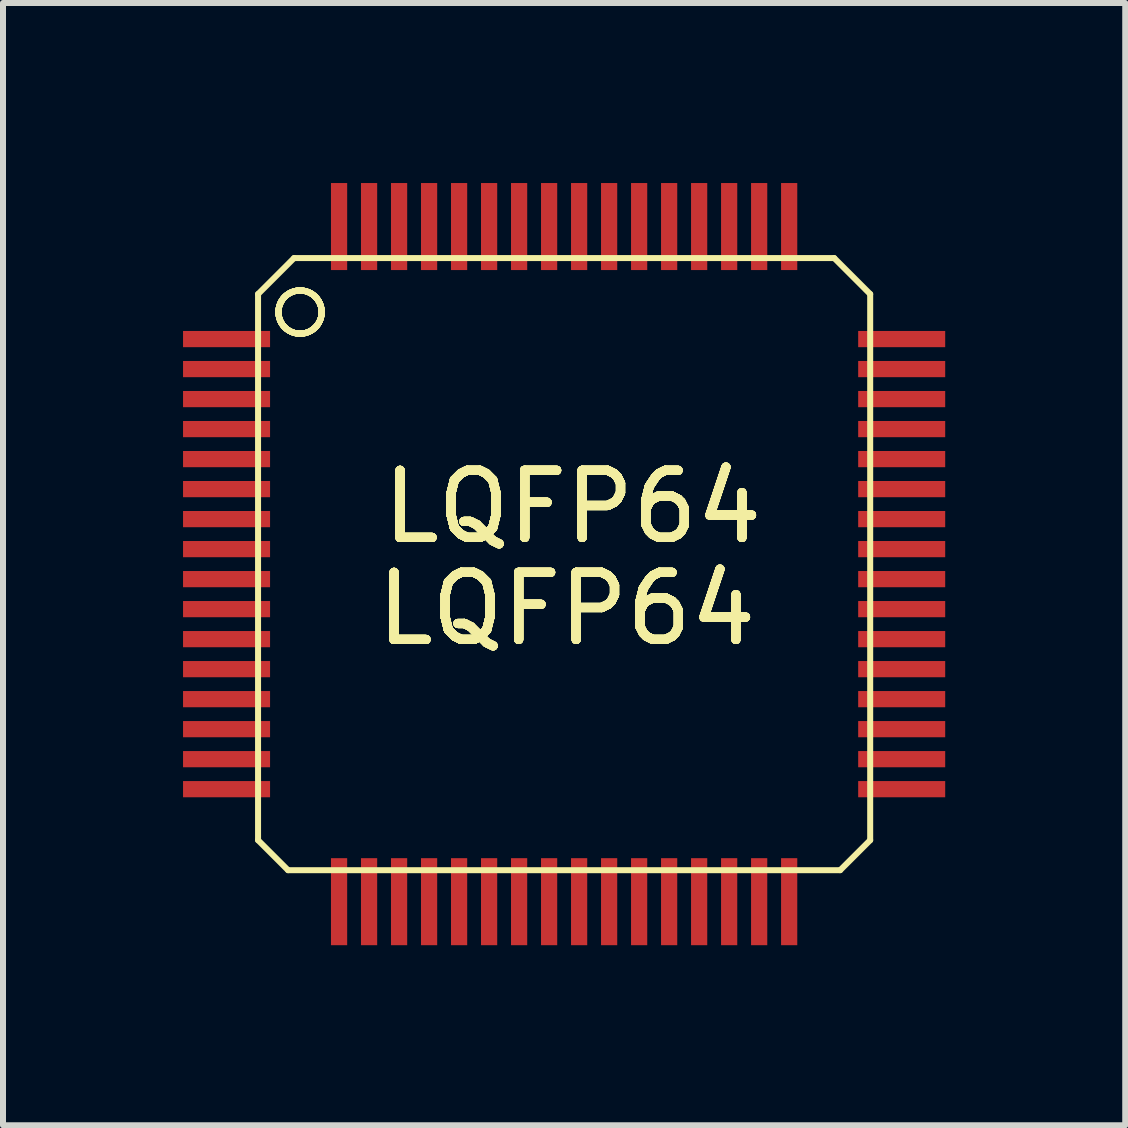
<source format=kicad_pcb>
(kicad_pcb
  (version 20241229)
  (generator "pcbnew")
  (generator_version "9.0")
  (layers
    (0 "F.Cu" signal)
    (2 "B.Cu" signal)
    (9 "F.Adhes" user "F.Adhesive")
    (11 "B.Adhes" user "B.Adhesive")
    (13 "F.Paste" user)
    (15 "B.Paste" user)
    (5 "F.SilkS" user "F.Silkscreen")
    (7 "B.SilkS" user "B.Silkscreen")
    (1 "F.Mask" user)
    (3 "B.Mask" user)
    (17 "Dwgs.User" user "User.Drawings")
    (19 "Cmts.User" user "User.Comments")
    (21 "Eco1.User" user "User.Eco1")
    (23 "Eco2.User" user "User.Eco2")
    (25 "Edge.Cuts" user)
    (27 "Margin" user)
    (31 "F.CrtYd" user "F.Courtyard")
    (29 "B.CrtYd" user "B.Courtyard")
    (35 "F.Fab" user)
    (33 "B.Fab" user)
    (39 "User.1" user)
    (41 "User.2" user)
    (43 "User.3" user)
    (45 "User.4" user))
  (footprint "LQFP64"
    (layer "F.Cu")
    (at 6.35 6.35)
    (property "Reference" "LQFP64" (at -3.1 -0.3 0) (layer "F.SilkS") (effects (font (size 1.118 1.118) (thickness 0.152)) (justify left bottom)))
    (property "Value" "LQFP64" (at -3.2 1.4 0) (layer "F.SilkS") (hide yes) (effects (font (size 1.118 1.118) (thickness 0.152)) (justify left bottom)))
    (fp_line (start -5.1 -4.5) (end -4.5 -5.1) (stroke (width 0.1) (type solid)) (layer "F.SilkS"))
    (fp_line (start -5.1 4.6) (end -5.1 -4.5) (stroke (width 0.1) (type solid)) (layer "F.SilkS"))
    (fp_line (start -4.6 5.1) (end -5.1 4.6) (stroke (width 0.1) (type solid)) (layer "F.SilkS"))
    (fp_line (start -4.5 -5.1) (end 4.5 -5.1) (stroke (width 0.1) (type solid)) (layer "F.SilkS"))
    (fp_line (start 4.5 -5.1) (end 5.1 -4.5) (stroke (width 0.1) (type solid)) (layer "F.SilkS"))
    (fp_line (start 4.6 5.1) (end -4.6 5.1) (stroke (width 0.1) (type solid)) (layer "F.SilkS"))
    (fp_line (start 5.1 -4.5) (end 5.1 4.6) (stroke (width 0.1) (type solid)) (layer "F.SilkS"))
    (fp_line (start 5.1 4.6) (end 4.6 5.1) (stroke (width 0.1) (type solid)) (layer "F.SilkS"))
    (fp_circle (center -4.4 -4.2) (end -4.04 -4.2) (stroke (width 0.1) (type solid)) (fill no) (layer "F.SilkS"))
    (fp_circle (center -4.4 -4.2) (end -4.04 -4.2) (stroke (width 0.1) (type solid)) (fill no) (layer "F.SilkS"))
    (fp_circle (center -4.4 -4.2) (end -4.04 -4.2) (stroke (width 0.1) (type solid)) (fill no) (layer "F.SilkS"))
    (fp_circle (center -4.4 -4.2) (end -4.04 -4.2) (stroke (width 0.1) (type solid)) (fill no) (layer "F.SilkS"))
    (fp_circle (center -4.4 -4.2) (end -4.04 -4.2) (stroke (width 0.1) (type solid)) (fill no) (layer "F.SilkS"))
    (fp_circle (center -4.4 -4.2) (end -4.04 -4.2) (stroke (width 0.1) (type solid)) (fill no) (layer "F.SilkS"))
    (fp_circle (center -4.4 -4.2) (end -4.04 -4.2) (stroke (width 0.1) (type solid)) (fill no) (layer "F.SilkS"))
    (fp_circle (center -4.4 -4.2) (end -4.04 -4.2) (stroke (width 0.1) (type solid)) (fill no) (layer "F.SilkS"))
    (fp_circle (center -4.4 -4.2) (end -4.04 -4.2) (stroke (width 0.1) (type solid)) (fill no) (layer "F.SilkS"))
    (fp_circle (center -4.4 -4.2) (end -4.04 -4.2) (stroke (width 0.1) (type solid)) (fill no) (layer "F.SilkS"))
    (fp_circle (center -4.4 -4.2) (end -4.04 -4.2) (stroke (width 0.1) (type solid)) (fill no) (layer "F.SilkS"))
    (fp_text user "${VALUE}" (at -3.2 1.4 0) (layer "F.SilkS") (effects (font (size 1.118 1.118) (thickness 0.152)) (justify left bottom)))
    (fp_text user "${VALUE}" (at -3.2 1.4 0) (layer "F.SilkS") (effects (font (size 1.118 1.118) (thickness 0.152)) (justify left bottom)))
    (fp_text user "${REFERENCE}" (at -3.1 -0.3 0) (layer "F.SilkS") (effects (font (size 1.118 1.118) (thickness 0.152)) (justify left bottom)))
    (fp_text user "${VALUE}" (at -3.2 1.4 0) (layer "F.SilkS") (effects (font (size 1.118 1.118) (thickness 0.152)) (justify left bottom)))
    (fp_text user "${VALUE}" (at -3.2 1.4 0) (layer "F.SilkS") (effects (font (size 1.118 1.118) (thickness 0.152)) (justify left bottom)))
    (fp_text user "${REFERENCE}" (at -3.1 -0.3 0) (layer "F.SilkS") (effects (font (size 1.118 1.118) (thickness 0.152)) (justify left bottom)))
    (fp_text user "${VALUE}" (at -3.2 1.4 0) (layer "F.SilkS") (effects (font (size 1.118 1.118) (thickness 0.152)) (justify left bottom)))
    (fp_text user "${VALUE}" (at -3.2 1.4 0) (layer "F.SilkS") (effects (font (size 1.118 1.118) (thickness 0.152)) (justify left bottom)))
    (fp_text user "${REFERENCE}" (at -3.1 -0.3 0) (layer "F.SilkS") (effects (font (size 1.118 1.118) (thickness 0.152)) (justify left bottom)))
    (fp_text user "${REFERENCE}" (at -3.1 -0.3 0) (layer "F.SilkS") (effects (font (size 1.118 1.118) (thickness 0.152)) (justify left bottom)))
    (fp_text user "${VALUE}" (at -3.2 1.4 0) (layer "F.SilkS") (effects (font (size 1.118 1.118) (thickness 0.152)) (justify left bottom)))
    (fp_text user "${REFERENCE}" (at -3.1 -0.3 0) (layer "F.SilkS") (effects (font (size 1.118 1.118) (thickness 0.152)) (justify left bottom)))
    (fp_text user "${REFERENCE}" (at -3.1 -0.3 0) (layer "F.SilkS") (effects (font (size 1.118 1.118) (thickness 0.152)) (justify left bottom)))
    (fp_text user "${REFERENCE}" (at -3.1 -0.3 0) (layer "F.SilkS") (effects (font (size 1.118 1.118) (thickness 0.152)) (justify left bottom)))
    (fp_text user "${REFERENCE}" (at -3.1 -0.3 0) (layer "F.SilkS") (effects (font (size 1.118 1.118) (thickness 0.152)) (justify left bottom)))
    (fp_text user "${VALUE}" (at -3.2 1.4 0) (layer "F.SilkS") (effects (font (size 1.118 1.118) (thickness 0.152)) (justify left bottom)))
    (fp_text user "${REFERENCE}" (at -3.1 -0.3 0) (layer "F.SilkS") (effects (font (size 1.118 1.118) (thickness 0.152)) (justify left bottom)))
    (fp_text user "${REFERENCE}" (at -3.1 -0.3 0) (layer "F.SilkS") (effects (font (size 1.118 1.118) (thickness 0.152)) (justify left bottom)))
    (fp_text user "${VALUE}" (at -3.2 1.4 0) (layer "F.SilkS") (effects (font (size 1.118 1.118) (thickness 0.152)) (justify left bottom)))
    (fp_text user "${VALUE}" (at -3.2 1.4 0) (layer "F.SilkS") (effects (font (size 1.118 1.118) (thickness 0.152)) (justify left bottom)))
    (pad "1" smd rect (at -5.625 -3.75 180) (size 1.45 0.27) (layers "F.Cu" "F.Mask" "F.Paste"))
    (pad "2" smd rect (at -5.625 -3.25 180) (size 1.45 0.27) (layers "F.Cu" "F.Mask" "F.Paste"))
    (pad "3" smd rect (at -5.625 -2.75 180) (size 1.45 0.27) (layers "F.Cu" "F.Mask" "F.Paste"))
    (pad "4" smd rect (at -5.625 -2.25 180) (size 1.45 0.27) (layers "F.Cu" "F.Mask" "F.Paste"))
    (pad "5" smd rect (at -5.625 -1.75 180) (size 1.45 0.27) (layers "F.Cu" "F.Mask" "F.Paste"))
    (pad "6" smd rect (at -5.625 -1.25 180) (size 1.45 0.27) (layers "F.Cu" "F.Mask" "F.Paste"))
    (pad "7" smd rect (at -5.625 -0.75 180) (size 1.45 0.27) (layers "F.Cu" "F.Mask" "F.Paste"))
    (pad "8" smd rect (at -5.625 -0.25 180) (size 1.45 0.27) (layers "F.Cu" "F.Mask" "F.Paste"))
    (pad "9" smd rect (at -5.625 0.25 180) (size 1.45 0.27) (layers "F.Cu" "F.Mask" "F.Paste"))
    (pad "10" smd rect (at -5.625 0.75 180) (size 1.45 0.27) (layers "F.Cu" "F.Mask" "F.Paste"))
    (pad "11" smd rect (at -5.625 1.25 180) (size 1.45 0.27) (layers "F.Cu" "F.Mask" "F.Paste"))
    (pad "12" smd rect (at -5.625 1.75 180) (size 1.45 0.27) (layers "F.Cu" "F.Mask" "F.Paste"))
    (pad "13" smd rect (at -5.625 2.25 180) (size 1.45 0.27) (layers "F.Cu" "F.Mask" "F.Paste"))
    (pad "14" smd rect (at -5.625 2.75 180) (size 1.45 0.27) (layers "F.Cu" "F.Mask" "F.Paste"))
    (pad "15" smd rect (at -5.625 3.25 180) (size 1.45 0.27) (layers "F.Cu" "F.Mask" "F.Paste"))
    (pad "16" smd rect (at -5.625 3.75 180) (size 1.45 0.27) (layers "F.Cu" "F.Mask" "F.Paste"))
    (pad "17" smd rect (at -3.75 5.625 90) (size 1.45 0.27) (layers "F.Cu" "F.Mask" "F.Paste"))
    (pad "18" smd rect (at -3.25 5.625 90) (size 1.45 0.27) (layers "F.Cu" "F.Mask" "F.Paste"))
    (pad "19" smd rect (at -2.75 5.625 90) (size 1.45 0.27) (layers "F.Cu" "F.Mask" "F.Paste"))
    (pad "20" smd rect (at -2.25 5.625 90) (size 1.45 0.27) (layers "F.Cu" "F.Mask" "F.Paste"))
    (pad "21" smd rect (at -1.75 5.625 90) (size 1.45 0.27) (layers "F.Cu" "F.Mask" "F.Paste"))
    (pad "22" smd rect (at -1.25 5.625 90) (size 1.45 0.27) (layers "F.Cu" "F.Mask" "F.Paste"))
    (pad "23" smd rect (at -0.75 5.625 90) (size 1.45 0.27) (layers "F.Cu" "F.Mask" "F.Paste"))
    (pad "24" smd rect (at -0.25 5.625 90) (size 1.45 0.27) (layers "F.Cu" "F.Mask" "F.Paste"))
    (pad "25" smd rect (at 0.25 5.625 90) (size 1.45 0.27) (layers "F.Cu" "F.Mask" "F.Paste"))
    (pad "26" smd rect (at 0.75 5.625 90) (size 1.45 0.27) (layers "F.Cu" "F.Mask" "F.Paste"))
    (pad "27" smd rect (at 1.25 5.625 90) (size 1.45 0.27) (layers "F.Cu" "F.Mask" "F.Paste"))
    (pad "28" smd rect (at 1.75 5.625 90) (size 1.45 0.27) (layers "F.Cu" "F.Mask" "F.Paste"))
    (pad "29" smd rect (at 2.25 5.625 90) (size 1.45 0.27) (layers "F.Cu" "F.Mask" "F.Paste"))
    (pad "30" smd rect (at 2.75 5.625 90) (size 1.45 0.27) (layers "F.Cu" "F.Mask" "F.Paste"))
    (pad "31" smd rect (at 3.25 5.625 90) (size 1.45 0.27) (layers "F.Cu" "F.Mask" "F.Paste"))
    (pad "32" smd rect (at 3.75 5.625 90) (size 1.45 0.27) (layers "F.Cu" "F.Mask" "F.Paste"))
    (pad "33" smd rect (at 5.625 3.75 180) (size 1.45 0.27) (layers "F.Cu" "F.Mask" "F.Paste"))
    (pad "34" smd rect (at 5.625 3.25 180) (size 1.45 0.27) (layers "F.Cu" "F.Mask" "F.Paste"))
    (pad "35" smd rect (at 5.625 2.75 180) (size 1.45 0.27) (layers "F.Cu" "F.Mask" "F.Paste"))
    (pad "36" smd rect (at 5.625 2.25 180) (size 1.45 0.27) (layers "F.Cu" "F.Mask" "F.Paste"))
    (pad "37" smd rect (at 5.625 1.75 180) (size 1.45 0.27) (layers "F.Cu" "F.Mask" "F.Paste"))
    (pad "38" smd rect (at 5.625 1.25 180) (size 1.45 0.27) (layers "F.Cu" "F.Mask" "F.Paste"))
    (pad "39" smd rect (at 5.625 0.75 180) (size 1.45 0.27) (layers "F.Cu" "F.Mask" "F.Paste"))
    (pad "40" smd rect (at 5.625 0.25 180) (size 1.45 0.27) (layers "F.Cu" "F.Mask" "F.Paste"))
    (pad "41" smd rect (at 5.625 -0.25 180) (size 1.45 0.27) (layers "F.Cu" "F.Mask" "F.Paste"))
    (pad "42" smd rect (at 5.625 -0.75 180) (size 1.45 0.27) (layers "F.Cu" "F.Mask" "F.Paste"))
    (pad "43" smd rect (at 5.625 -1.25 180) (size 1.45 0.27) (layers "F.Cu" "F.Mask" "F.Paste"))
    (pad "44" smd rect (at 5.625 -1.75 180) (size 1.45 0.27) (layers "F.Cu" "F.Mask" "F.Paste"))
    (pad "45" smd rect (at 5.625 -2.25 180) (size 1.45 0.27) (layers "F.Cu" "F.Mask" "F.Paste"))
    (pad "46" smd rect (at 5.625 -2.75 180) (size 1.45 0.27) (layers "F.Cu" "F.Mask" "F.Paste"))
    (pad "47" smd rect (at 5.625 -3.25 180) (size 1.45 0.27) (layers "F.Cu" "F.Mask" "F.Paste"))
    (pad "48" smd rect (at 5.625 -3.75 180) (size 1.45 0.27) (layers "F.Cu" "F.Mask" "F.Paste"))
    (pad "49" smd rect (at 3.75 -5.625 90) (size 1.45 0.27) (layers "F.Cu" "F.Mask" "F.Paste"))
    (pad "50" smd rect (at 3.25 -5.625 90) (size 1.45 0.27) (layers "F.Cu" "F.Mask" "F.Paste"))
    (pad "51" smd rect (at 2.75 -5.625 90) (size 1.45 0.27) (layers "F.Cu" "F.Mask" "F.Paste"))
    (pad "52" smd rect (at 2.25 -5.625 90) (size 1.45 0.27) (layers "F.Cu" "F.Mask" "F.Paste"))
    (pad "53" smd rect (at 1.75 -5.625 90) (size 1.45 0.27) (layers "F.Cu" "F.Mask" "F.Paste"))
    (pad "54" smd rect (at 1.25 -5.625 90) (size 1.45 0.27) (layers "F.Cu" "F.Mask" "F.Paste"))
    (pad "55" smd rect (at 0.75 -5.625 90) (size 1.45 0.27) (layers "F.Cu" "F.Mask" "F.Paste"))
    (pad "56" smd rect (at 0.25 -5.625 90) (size 1.45 0.27) (layers "F.Cu" "F.Mask" "F.Paste"))
    (pad "57" smd rect (at -0.25 -5.625 90) (size 1.45 0.27) (layers "F.Cu" "F.Mask" "F.Paste"))
    (pad "58" smd rect (at -0.75 -5.625 90) (size 1.45 0.27) (layers "F.Cu" "F.Mask" "F.Paste"))
    (pad "59" smd rect (at -1.25 -5.625 90) (size 1.45 0.27) (layers "F.Cu" "F.Mask" "F.Paste"))
    (pad "60" smd rect (at -1.75 -5.625 90) (size 1.45 0.27) (layers "F.Cu" "F.Mask" "F.Paste"))
    (pad "61" smd rect (at -2.25 -5.625 90) (size 1.45 0.27) (layers "F.Cu" "F.Mask" "F.Paste"))
    (pad "62" smd rect (at -2.75 -5.625 90) (size 1.45 0.27) (layers "F.Cu" "F.Mask" "F.Paste"))
    (pad "63" smd rect (at -3.25 -5.625 90) (size 1.45 0.27) (layers "F.Cu" "F.Mask" "F.Paste"))
    (pad "64" smd rect (at -3.75 -5.625 90) (size 1.45 0.27) (layers "F.Cu" "F.Mask" "F.Paste")))
  (gr_rect
    (start -3 -3)
    (end 15.7 15.7)
    (stroke (width 0.1) (type default))
    (fill no)
    (layer "Edge.Cuts")))
</source>
